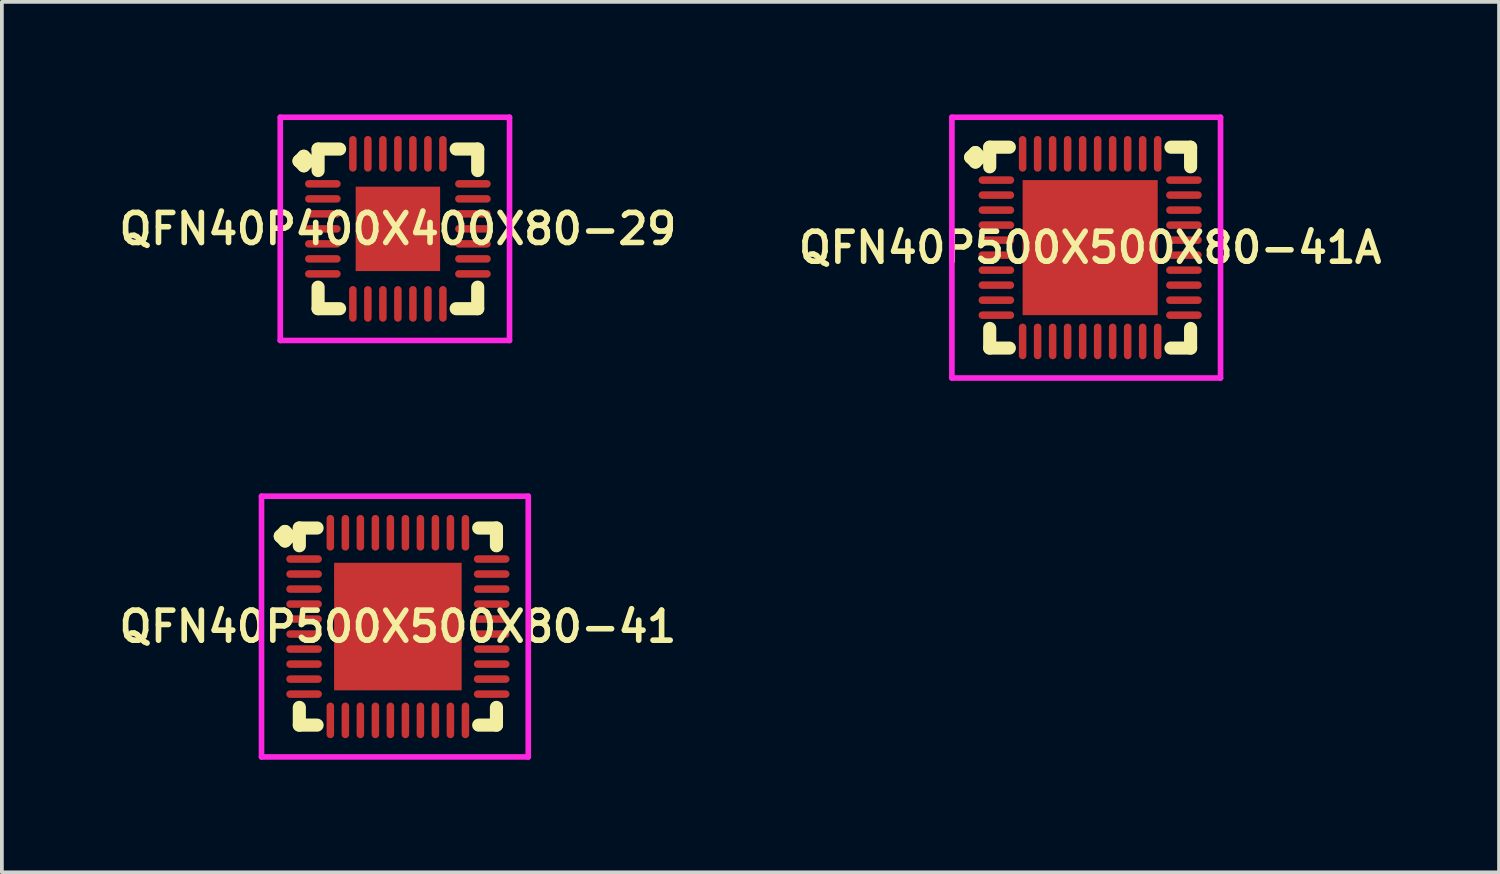
<source format=kicad_pcb>
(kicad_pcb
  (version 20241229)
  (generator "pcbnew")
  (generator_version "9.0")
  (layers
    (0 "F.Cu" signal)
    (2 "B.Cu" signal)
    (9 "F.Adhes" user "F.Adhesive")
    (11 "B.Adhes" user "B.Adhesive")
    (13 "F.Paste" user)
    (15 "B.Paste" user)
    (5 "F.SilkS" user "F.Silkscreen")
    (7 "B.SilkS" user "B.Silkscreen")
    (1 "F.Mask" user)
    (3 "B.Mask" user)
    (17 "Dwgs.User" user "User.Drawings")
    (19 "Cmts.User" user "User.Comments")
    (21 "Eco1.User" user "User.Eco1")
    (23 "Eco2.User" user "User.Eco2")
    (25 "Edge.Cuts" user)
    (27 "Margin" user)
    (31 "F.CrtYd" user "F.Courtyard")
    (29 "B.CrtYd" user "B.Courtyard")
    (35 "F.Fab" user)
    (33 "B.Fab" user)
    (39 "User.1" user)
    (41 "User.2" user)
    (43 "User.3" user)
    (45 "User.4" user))
  (footprint "QFN40P400X400X80-29"
    (layer "F.Cu")
    (at 7.555 3.05)
    (property "Reference" "QFN40P400X400X80-29" (at 0 0 0) (layer "F.SilkS") (effects (font (size 0.8 0.8) (thickness 0.15))))
    (attr smd)
    (fp_line (start -2.635 -1.808) (end -2.508 -1.935) (stroke (width 0.35) (type solid)) (layer "F.SilkS"))
    (fp_line (start -2.508 -1.935) (end -2.381 -1.808) (stroke (width 0.35) (type solid)) (layer "F.SilkS"))
    (fp_line (start -2.508 -1.681) (end -2.635 -1.808) (stroke (width 0.35) (type solid)) (layer "F.SilkS"))
    (fp_line (start -2.381 -1.808) (end -2.508 -1.681) (stroke (width 0.35) (type solid)) (layer "F.SilkS"))
    (fp_line (start -2.127 -2.127) (end -1.554 -2.127) (stroke (width 0.35) (type solid)) (layer "F.SilkS"))
    (fp_line (start -2.127 -1.554) (end -2.127 -2.127) (stroke (width 0.35) (type solid)) (layer "F.SilkS"))
    (fp_line (start -2.127 1.554) (end -2.127 2.127) (stroke (width 0.35) (type solid)) (layer "F.SilkS"))
    (fp_line (start -2.127 2.127) (end -1.554 2.127) (stroke (width 0.35) (type solid)) (layer "F.SilkS"))
    (fp_line (start 1.554 -2.127) (end 2.127 -2.127) (stroke (width 0.35) (type solid)) (layer "F.SilkS"))
    (fp_line (start 1.554 2.127) (end 2.127 2.127) (stroke (width 0.35) (type solid)) (layer "F.SilkS"))
    (fp_line (start 2.127 -2.127) (end 2.127 -1.554) (stroke (width 0.35) (type solid)) (layer "F.SilkS"))
    (fp_line (start 2.127 2.127) (end 2.127 1.554) (stroke (width 0.35) (type solid)) (layer "F.SilkS"))
    (fp_line (start -3.135 -2.975) (end 2.975 -2.975) (stroke (width 0.15) (type solid)) (layer "F.CrtYd"))
    (fp_line (start -3.135 2.975) (end -3.135 -2.975) (stroke (width 0.15) (type solid)) (layer "F.CrtYd"))
    (fp_line (start 2.975 -2.975) (end 2.975 2.975) (stroke (width 0.15) (type solid)) (layer "F.CrtYd"))
    (fp_line (start 2.975 2.975) (end -3.135 2.975) (stroke (width 0.15) (type solid)) (layer "F.CrtYd"))
    (pad "1" smd oval (at -2 -1.2) (size 0.95 0.2) (layers "F.Cu" "F.Mask" "F.Paste"))
    (pad "2" smd oval (at -2 -0.8) (size 0.95 0.2) (layers "F.Cu" "F.Mask" "F.Paste"))
    (pad "3" smd oval (at -2 -0.4) (size 0.95 0.2) (layers "F.Cu" "F.Mask" "F.Paste"))
    (pad "4" smd oval (at -2 0) (size 0.95 0.2) (layers "F.Cu" "F.Mask" "F.Paste"))
    (pad "5" smd oval (at -2 0.4) (size 0.95 0.2) (layers "F.Cu" "F.Mask" "F.Paste"))
    (pad "6" smd oval (at -2 0.8) (size 0.95 0.2) (layers "F.Cu" "F.Mask" "F.Paste"))
    (pad "7" smd oval (at -2 1.2) (size 0.95 0.2) (layers "F.Cu" "F.Mask" "F.Paste"))
    (pad "8" smd oval (at -1.2 2) (size 0.2 0.95) (layers "F.Cu" "F.Mask" "F.Paste"))
    (pad "9" smd oval (at -0.8 2) (size 0.2 0.95) (layers "F.Cu" "F.Mask" "F.Paste"))
    (pad "10" smd oval (at -0.4 2) (size 0.2 0.95) (layers "F.Cu" "F.Mask" "F.Paste"))
    (pad "11" smd oval (at 0 2) (size 0.2 0.95) (layers "F.Cu" "F.Mask" "F.Paste"))
    (pad "12" smd oval (at 0.4 2) (size 0.2 0.95) (layers "F.Cu" "F.Mask" "F.Paste"))
    (pad "13" smd oval (at 0.8 2) (size 0.2 0.95) (layers "F.Cu" "F.Mask" "F.Paste"))
    (pad "14" smd oval (at 1.2 2) (size 0.2 0.95) (layers "F.Cu" "F.Mask" "F.Paste"))
    (pad "15" smd oval (at 2 1.2) (size 0.95 0.2) (layers "F.Cu" "F.Mask" "F.Paste"))
    (pad "16" smd oval (at 2 0.8) (size 0.95 0.2) (layers "F.Cu" "F.Mask" "F.Paste"))
    (pad "17" smd oval (at 2 0.4) (size 0.95 0.2) (layers "F.Cu" "F.Mask" "F.Paste"))
    (pad "18" smd oval (at 2 0) (size 0.95 0.2) (layers "F.Cu" "F.Mask" "F.Paste"))
    (pad "19" smd oval (at 2 -0.4) (size 0.95 0.2) (layers "F.Cu" "F.Mask" "F.Paste"))
    (pad "20" smd oval (at 2 -0.8) (size 0.95 0.2) (layers "F.Cu" "F.Mask" "F.Paste"))
    (pad "21" smd oval (at 2 -1.2) (size 0.95 0.2) (layers "F.Cu" "F.Mask" "F.Paste"))
    (pad "22" smd oval (at 1.2 -2) (size 0.2 0.95) (layers "F.Cu" "F.Mask" "F.Paste"))
    (pad "23" smd oval (at 0.8 -2) (size 0.2 0.95) (layers "F.Cu" "F.Mask" "F.Paste"))
    (pad "24" smd oval (at 0.4 -2) (size 0.2 0.95) (layers "F.Cu" "F.Mask" "F.Paste"))
    (pad "25" smd oval (at 0 -2) (size 0.2 0.95) (layers "F.Cu" "F.Mask" "F.Paste"))
    (pad "26" smd oval (at -0.4 -2) (size 0.2 0.95) (layers "F.Cu" "F.Mask" "F.Paste"))
    (pad "27" smd oval (at -0.8 -2) (size 0.2 0.95) (layers "F.Cu" "F.Mask" "F.Paste"))
    (pad "28" smd oval (at -1.2 -2) (size 0.2 0.95) (layers "F.Cu" "F.Mask" "F.Paste"))
    (pad "29" smd rect (at 0 0) (size 2.25 2.25) (layers "F.Cu" "F.Mask" "F.Paste")))
  (footprint "QFN40P500X500X80-41"
    (layer "F.Cu")
    (at 7.555 13.65)
    (property "Reference" "QFN40P500X500X80-41" (at 0 0 0) (layer "F.SilkS") (effects (font (size 0.8 0.8) (thickness 0.15))))
    (attr smd)
    (fp_line (start -3.135 -2.408) (end -3.008 -2.535) (stroke (width 0.35) (type solid)) (layer "F.SilkS"))
    (fp_line (start -3.008 -2.535) (end -2.881 -2.408) (stroke (width 0.35) (type solid)) (layer "F.SilkS"))
    (fp_line (start -3.008 -2.281) (end -3.135 -2.408) (stroke (width 0.35) (type solid)) (layer "F.SilkS"))
    (fp_line (start -2.881 -2.408) (end -3.008 -2.281) (stroke (width 0.35) (type solid)) (layer "F.SilkS"))
    (fp_line (start -2.627 -2.627) (end -2.154 -2.627) (stroke (width 0.35) (type solid)) (layer "F.SilkS"))
    (fp_line (start -2.627 -2.154) (end -2.627 -2.627) (stroke (width 0.35) (type solid)) (layer "F.SilkS"))
    (fp_line (start -2.627 2.154) (end -2.627 2.627) (stroke (width 0.35) (type solid)) (layer "F.SilkS"))
    (fp_line (start -2.627 2.627) (end -2.154 2.627) (stroke (width 0.35) (type solid)) (layer "F.SilkS"))
    (fp_line (start 2.154 -2.627) (end 2.627 -2.627) (stroke (width 0.35) (type solid)) (layer "F.SilkS"))
    (fp_line (start 2.154 2.627) (end 2.627 2.627) (stroke (width 0.35) (type solid)) (layer "F.SilkS"))
    (fp_line (start 2.627 -2.627) (end 2.627 -2.154) (stroke (width 0.35) (type solid)) (layer "F.SilkS"))
    (fp_line (start 2.627 2.627) (end 2.627 2.154) (stroke (width 0.35) (type solid)) (layer "F.SilkS"))
    (fp_line (start -3.635 -3.475) (end 3.475 -3.475) (stroke (width 0.15) (type solid)) (layer "F.CrtYd"))
    (fp_line (start -3.635 3.475) (end -3.635 -3.475) (stroke (width 0.15) (type solid)) (layer "F.CrtYd"))
    (fp_line (start 3.475 -3.475) (end 3.475 3.475) (stroke (width 0.15) (type solid)) (layer "F.CrtYd"))
    (fp_line (start 3.475 3.475) (end -3.635 3.475) (stroke (width 0.15) (type solid)) (layer "F.CrtYd"))
    (pad "1" smd oval (at -2.5 -1.8) (size 0.95 0.2) (layers "F.Cu" "F.Mask" "F.Paste"))
    (pad "2" smd oval (at -2.5 -1.4) (size 0.95 0.2) (layers "F.Cu" "F.Mask" "F.Paste"))
    (pad "3" smd oval (at -2.5 -1) (size 0.95 0.2) (layers "F.Cu" "F.Mask" "F.Paste"))
    (pad "4" smd oval (at -2.5 -0.6) (size 0.95 0.2) (layers "F.Cu" "F.Mask" "F.Paste"))
    (pad "5" smd oval (at -2.5 -0.2) (size 0.95 0.2) (layers "F.Cu" "F.Mask" "F.Paste"))
    (pad "6" smd oval (at -2.5 0.2) (size 0.95 0.2) (layers "F.Cu" "F.Mask" "F.Paste"))
    (pad "7" smd oval (at -2.5 0.6) (size 0.95 0.2) (layers "F.Cu" "F.Mask" "F.Paste"))
    (pad "8" smd oval (at -2.5 1) (size 0.95 0.2) (layers "F.Cu" "F.Mask" "F.Paste"))
    (pad "9" smd oval (at -2.5 1.4) (size 0.95 0.2) (layers "F.Cu" "F.Mask" "F.Paste"))
    (pad "10" smd oval (at -2.5 1.8) (size 0.95 0.2) (layers "F.Cu" "F.Mask" "F.Paste"))
    (pad "11" smd oval (at -1.8 2.5) (size 0.2 0.95) (layers "F.Cu" "F.Mask" "F.Paste"))
    (pad "12" smd oval (at -1.4 2.5) (size 0.2 0.95) (layers "F.Cu" "F.Mask" "F.Paste"))
    (pad "13" smd oval (at -1 2.5) (size 0.2 0.95) (layers "F.Cu" "F.Mask" "F.Paste"))
    (pad "14" smd oval (at -0.6 2.5) (size 0.2 0.95) (layers "F.Cu" "F.Mask" "F.Paste"))
    (pad "15" smd oval (at -0.2 2.5) (size 0.2 0.95) (layers "F.Cu" "F.Mask" "F.Paste"))
    (pad "16" smd oval (at 0.2 2.5) (size 0.2 0.95) (layers "F.Cu" "F.Mask" "F.Paste"))
    (pad "17" smd oval (at 0.6 2.5) (size 0.2 0.95) (layers "F.Cu" "F.Mask" "F.Paste"))
    (pad "18" smd oval (at 1 2.5) (size 0.2 0.95) (layers "F.Cu" "F.Mask" "F.Paste"))
    (pad "19" smd oval (at 1.4 2.5) (size 0.2 0.95) (layers "F.Cu" "F.Mask" "F.Paste"))
    (pad "20" smd oval (at 1.8 2.5) (size 0.2 0.95) (layers "F.Cu" "F.Mask" "F.Paste"))
    (pad "21" smd oval (at 2.5 1.8) (size 0.95 0.2) (layers "F.Cu" "F.Mask" "F.Paste"))
    (pad "22" smd oval (at 2.5 1.4) (size 0.95 0.2) (layers "F.Cu" "F.Mask" "F.Paste"))
    (pad "23" smd oval (at 2.5 1) (size 0.95 0.2) (layers "F.Cu" "F.Mask" "F.Paste"))
    (pad "24" smd oval (at 2.5 0.6) (size 0.95 0.2) (layers "F.Cu" "F.Mask" "F.Paste"))
    (pad "25" smd oval (at 2.5 0.2) (size 0.95 0.2) (layers "F.Cu" "F.Mask" "F.Paste"))
    (pad "26" smd oval (at 2.5 -0.2) (size 0.95 0.2) (layers "F.Cu" "F.Mask" "F.Paste"))
    (pad "27" smd oval (at 2.5 -0.6) (size 0.95 0.2) (layers "F.Cu" "F.Mask" "F.Paste"))
    (pad "28" smd oval (at 2.5 -1) (size 0.95 0.2) (layers "F.Cu" "F.Mask" "F.Paste"))
    (pad "29" smd oval (at 2.5 -1.4) (size 0.95 0.2) (layers "F.Cu" "F.Mask" "F.Paste"))
    (pad "30" smd oval (at 2.5 -1.8) (size 0.95 0.2) (layers "F.Cu" "F.Mask" "F.Paste"))
    (pad "31" smd oval (at 1.8 -2.5) (size 0.2 0.95) (layers "F.Cu" "F.Mask" "F.Paste"))
    (pad "32" smd oval (at 1.4 -2.5) (size 0.2 0.95) (layers "F.Cu" "F.Mask" "F.Paste"))
    (pad "33" smd oval (at 1 -2.5) (size 0.2 0.95) (layers "F.Cu" "F.Mask" "F.Paste"))
    (pad "34" smd oval (at 0.6 -2.5) (size 0.2 0.95) (layers "F.Cu" "F.Mask" "F.Paste"))
    (pad "35" smd oval (at 0.2 -2.5) (size 0.2 0.95) (layers "F.Cu" "F.Mask" "F.Paste"))
    (pad "36" smd oval (at -0.2 -2.5) (size 0.2 0.95) (layers "F.Cu" "F.Mask" "F.Paste"))
    (pad "37" smd oval (at -0.6 -2.5) (size 0.2 0.95) (layers "F.Cu" "F.Mask" "F.Paste"))
    (pad "38" smd oval (at -1 -2.5) (size 0.2 0.95) (layers "F.Cu" "F.Mask" "F.Paste"))
    (pad "39" smd oval (at -1.4 -2.5) (size 0.2 0.95) (layers "F.Cu" "F.Mask" "F.Paste"))
    (pad "40" smd oval (at -1.8 -2.5) (size 0.2 0.95) (layers "F.Cu" "F.Mask" "F.Paste"))
    (pad "41" smd rect (at 0 0) (size 3.4 3.4) (layers "F.Cu" "F.Mask" "F.Paste")))
  (footprint "QFN40P500X500X80-41A"
    (layer "F.Cu")
    (at 26.006 3.55)
    (property "Reference" "QFN40P500X500X80-41A" (at 0 0 0) (layer "F.SilkS") (effects (font (size 0.8 0.8) (thickness 0.15))))
    (attr through_hole)
    (fp_line (start -3.185 -2.408) (end -3.058 -2.535) (stroke (width 0.35) (type solid)) (layer "F.SilkS"))
    (fp_line (start -3.058 -2.535) (end -2.931 -2.408) (stroke (width 0.35) (type solid)) (layer "F.SilkS"))
    (fp_line (start -3.058 -2.281) (end -3.185 -2.408) (stroke (width 0.35) (type solid)) (layer "F.SilkS"))
    (fp_line (start -2.931 -2.408) (end -3.058 -2.281) (stroke (width 0.35) (type solid)) (layer "F.SilkS"))
    (fp_line (start -2.677 -2.677) (end -2.154 -2.677) (stroke (width 0.35) (type solid)) (layer "F.SilkS"))
    (fp_line (start -2.677 -2.154) (end -2.677 -2.677) (stroke (width 0.35) (type solid)) (layer "F.SilkS"))
    (fp_line (start -2.677 2.154) (end -2.677 2.677) (stroke (width 0.35) (type solid)) (layer "F.SilkS"))
    (fp_line (start -2.677 2.677) (end -2.154 2.677) (stroke (width 0.35) (type solid)) (layer "F.SilkS"))
    (fp_line (start 2.154 -2.677) (end 2.677 -2.677) (stroke (width 0.35) (type solid)) (layer "F.SilkS"))
    (fp_line (start 2.154 2.677) (end 2.677 2.677) (stroke (width 0.35) (type solid)) (layer "F.SilkS"))
    (fp_line (start 2.677 -2.677) (end 2.677 -2.154) (stroke (width 0.35) (type solid)) (layer "F.SilkS"))
    (fp_line (start 2.677 2.677) (end 2.677 2.154) (stroke (width 0.35) (type solid)) (layer "F.SilkS"))
    (fp_line (start -3.685 -3.475) (end 3.475 -3.475) (stroke (width 0.15) (type solid)) (layer "F.CrtYd"))
    (fp_line (start -3.685 3.475) (end -3.685 -3.475) (stroke (width 0.15) (type solid)) (layer "F.CrtYd"))
    (fp_line (start 3.475 -3.475) (end 3.475 3.475) (stroke (width 0.15) (type solid)) (layer "F.CrtYd"))
    (fp_line (start 3.475 3.475) (end -3.685 3.475) (stroke (width 0.15) (type solid)) (layer "F.CrtYd"))
    (pad "1" smd oval (at -2.5 -1.8) (size 0.95 0.2) (layers "F.Cu" "F.Mask" "F.Paste"))
    (pad "2" smd oval (at -2.5 -1.4) (size 0.95 0.2) (layers "F.Cu" "F.Mask" "F.Paste"))
    (pad "3" smd oval (at -2.5 -1) (size 0.95 0.2) (layers "F.Cu" "F.Mask" "F.Paste"))
    (pad "4" smd oval (at -2.5 -0.6) (size 0.95 0.2) (layers "F.Cu" "F.Mask" "F.Paste"))
    (pad "5" smd oval (at -2.5 -0.2) (size 0.95 0.2) (layers "F.Cu" "F.Mask" "F.Paste"))
    (pad "6" smd oval (at -2.5 0.2) (size 0.95 0.2) (layers "F.Cu" "F.Mask" "F.Paste"))
    (pad "7" smd oval (at -2.5 0.6) (size 0.95 0.2) (layers "F.Cu" "F.Mask" "F.Paste"))
    (pad "8" smd oval (at -2.5 1) (size 0.95 0.2) (layers "F.Cu" "F.Mask" "F.Paste"))
    (pad "9" smd oval (at -2.5 1.4) (size 0.95 0.2) (layers "F.Cu" "F.Mask" "F.Paste"))
    (pad "10" smd oval (at -2.5 1.8) (size 0.95 0.2) (layers "F.Cu" "F.Mask" "F.Paste"))
    (pad "11" smd oval (at -1.8 2.5) (size 0.2 0.95) (layers "F.Cu" "F.Mask" "F.Paste"))
    (pad "12" smd oval (at -1.4 2.5) (size 0.2 0.95) (layers "F.Cu" "F.Mask" "F.Paste"))
    (pad "13" smd oval (at -1 2.5) (size 0.2 0.95) (layers "F.Cu" "F.Mask" "F.Paste"))
    (pad "14" smd oval (at -0.6 2.5) (size 0.2 0.95) (layers "F.Cu" "F.Mask" "F.Paste"))
    (pad "15" smd oval (at -0.2 2.5) (size 0.2 0.95) (layers "F.Cu" "F.Mask" "F.Paste"))
    (pad "16" smd oval (at 0.2 2.5) (size 0.2 0.95) (layers "F.Cu" "F.Mask" "F.Paste"))
    (pad "17" smd oval (at 0.6 2.5) (size 0.2 0.95) (layers "F.Cu" "F.Mask" "F.Paste"))
    (pad "18" smd oval (at 1 2.5) (size 0.2 0.95) (layers "F.Cu" "F.Mask" "F.Paste"))
    (pad "19" smd oval (at 1.4 2.5) (size 0.2 0.95) (layers "F.Cu" "F.Mask" "F.Paste"))
    (pad "20" smd oval (at 1.8 2.5) (size 0.2 0.95) (layers "F.Cu" "F.Mask" "F.Paste"))
    (pad "21" smd oval (at 2.5 1.8) (size 0.95 0.2) (layers "F.Cu" "F.Mask" "F.Paste"))
    (pad "22" smd oval (at 2.5 1.4) (size 0.95 0.2) (layers "F.Cu" "F.Mask" "F.Paste"))
    (pad "23" smd oval (at 2.5 1) (size 0.95 0.2) (layers "F.Cu" "F.Mask" "F.Paste"))
    (pad "24" smd oval (at 2.5 0.6) (size 0.95 0.2) (layers "F.Cu" "F.Mask" "F.Paste"))
    (pad "25" smd oval (at 2.5 0.2) (size 0.95 0.2) (layers "F.Cu" "F.Mask" "F.Paste"))
    (pad "26" smd oval (at 2.5 -0.2) (size 0.95 0.2) (layers "F.Cu" "F.Mask" "F.Paste"))
    (pad "27" smd oval (at 2.5 -0.6) (size 0.95 0.2) (layers "F.Cu" "F.Mask" "F.Paste"))
    (pad "28" smd oval (at 2.5 -1) (size 0.95 0.2) (layers "F.Cu" "F.Mask" "F.Paste"))
    (pad "29" smd oval (at 2.5 -1.4) (size 0.95 0.2) (layers "F.Cu" "F.Mask" "F.Paste"))
    (pad "30" smd oval (at 2.5 -1.8) (size 0.95 0.2) (layers "F.Cu" "F.Mask" "F.Paste"))
    (pad "31" smd oval (at 1.8 -2.5) (size 0.2 0.95) (layers "F.Cu" "F.Mask" "F.Paste"))
    (pad "32" smd oval (at 1.4 -2.5) (size 0.2 0.95) (layers "F.Cu" "F.Mask" "F.Paste"))
    (pad "33" smd oval (at 1 -2.5) (size 0.2 0.95) (layers "F.Cu" "F.Mask" "F.Paste"))
    (pad "34" smd oval (at 0.6 -2.5) (size 0.2 0.95) (layers "F.Cu" "F.Mask" "F.Paste"))
    (pad "35" smd oval (at 0.2 -2.5) (size 0.2 0.95) (layers "F.Cu" "F.Mask" "F.Paste"))
    (pad "36" smd oval (at -0.2 -2.5) (size 0.2 0.95) (layers "F.Cu" "F.Mask" "F.Paste"))
    (pad "37" smd oval (at -0.6 -2.5) (size 0.2 0.95) (layers "F.Cu" "F.Mask" "F.Paste"))
    (pad "38" smd oval (at -1 -2.5) (size 0.2 0.95) (layers "F.Cu" "F.Mask" "F.Paste"))
    (pad "39" smd oval (at -1.4 -2.5) (size 0.2 0.95) (layers "F.Cu" "F.Mask" "F.Paste"))
    (pad "40" smd oval (at -1.8 -2.5) (size 0.2 0.95) (layers "F.Cu" "F.Mask" "F.Paste"))
    (pad "41" smd rect (at 0 0) (size 3.6 3.6) (layers "F.Cu" "F.Mask" "F.Paste")))
  (gr_rect
    (start -3 -3)
    (end 36.904 20.2)
    (stroke (width 0.1) (type default))
    (fill no)
    (layer "Edge.Cuts")))
</source>
